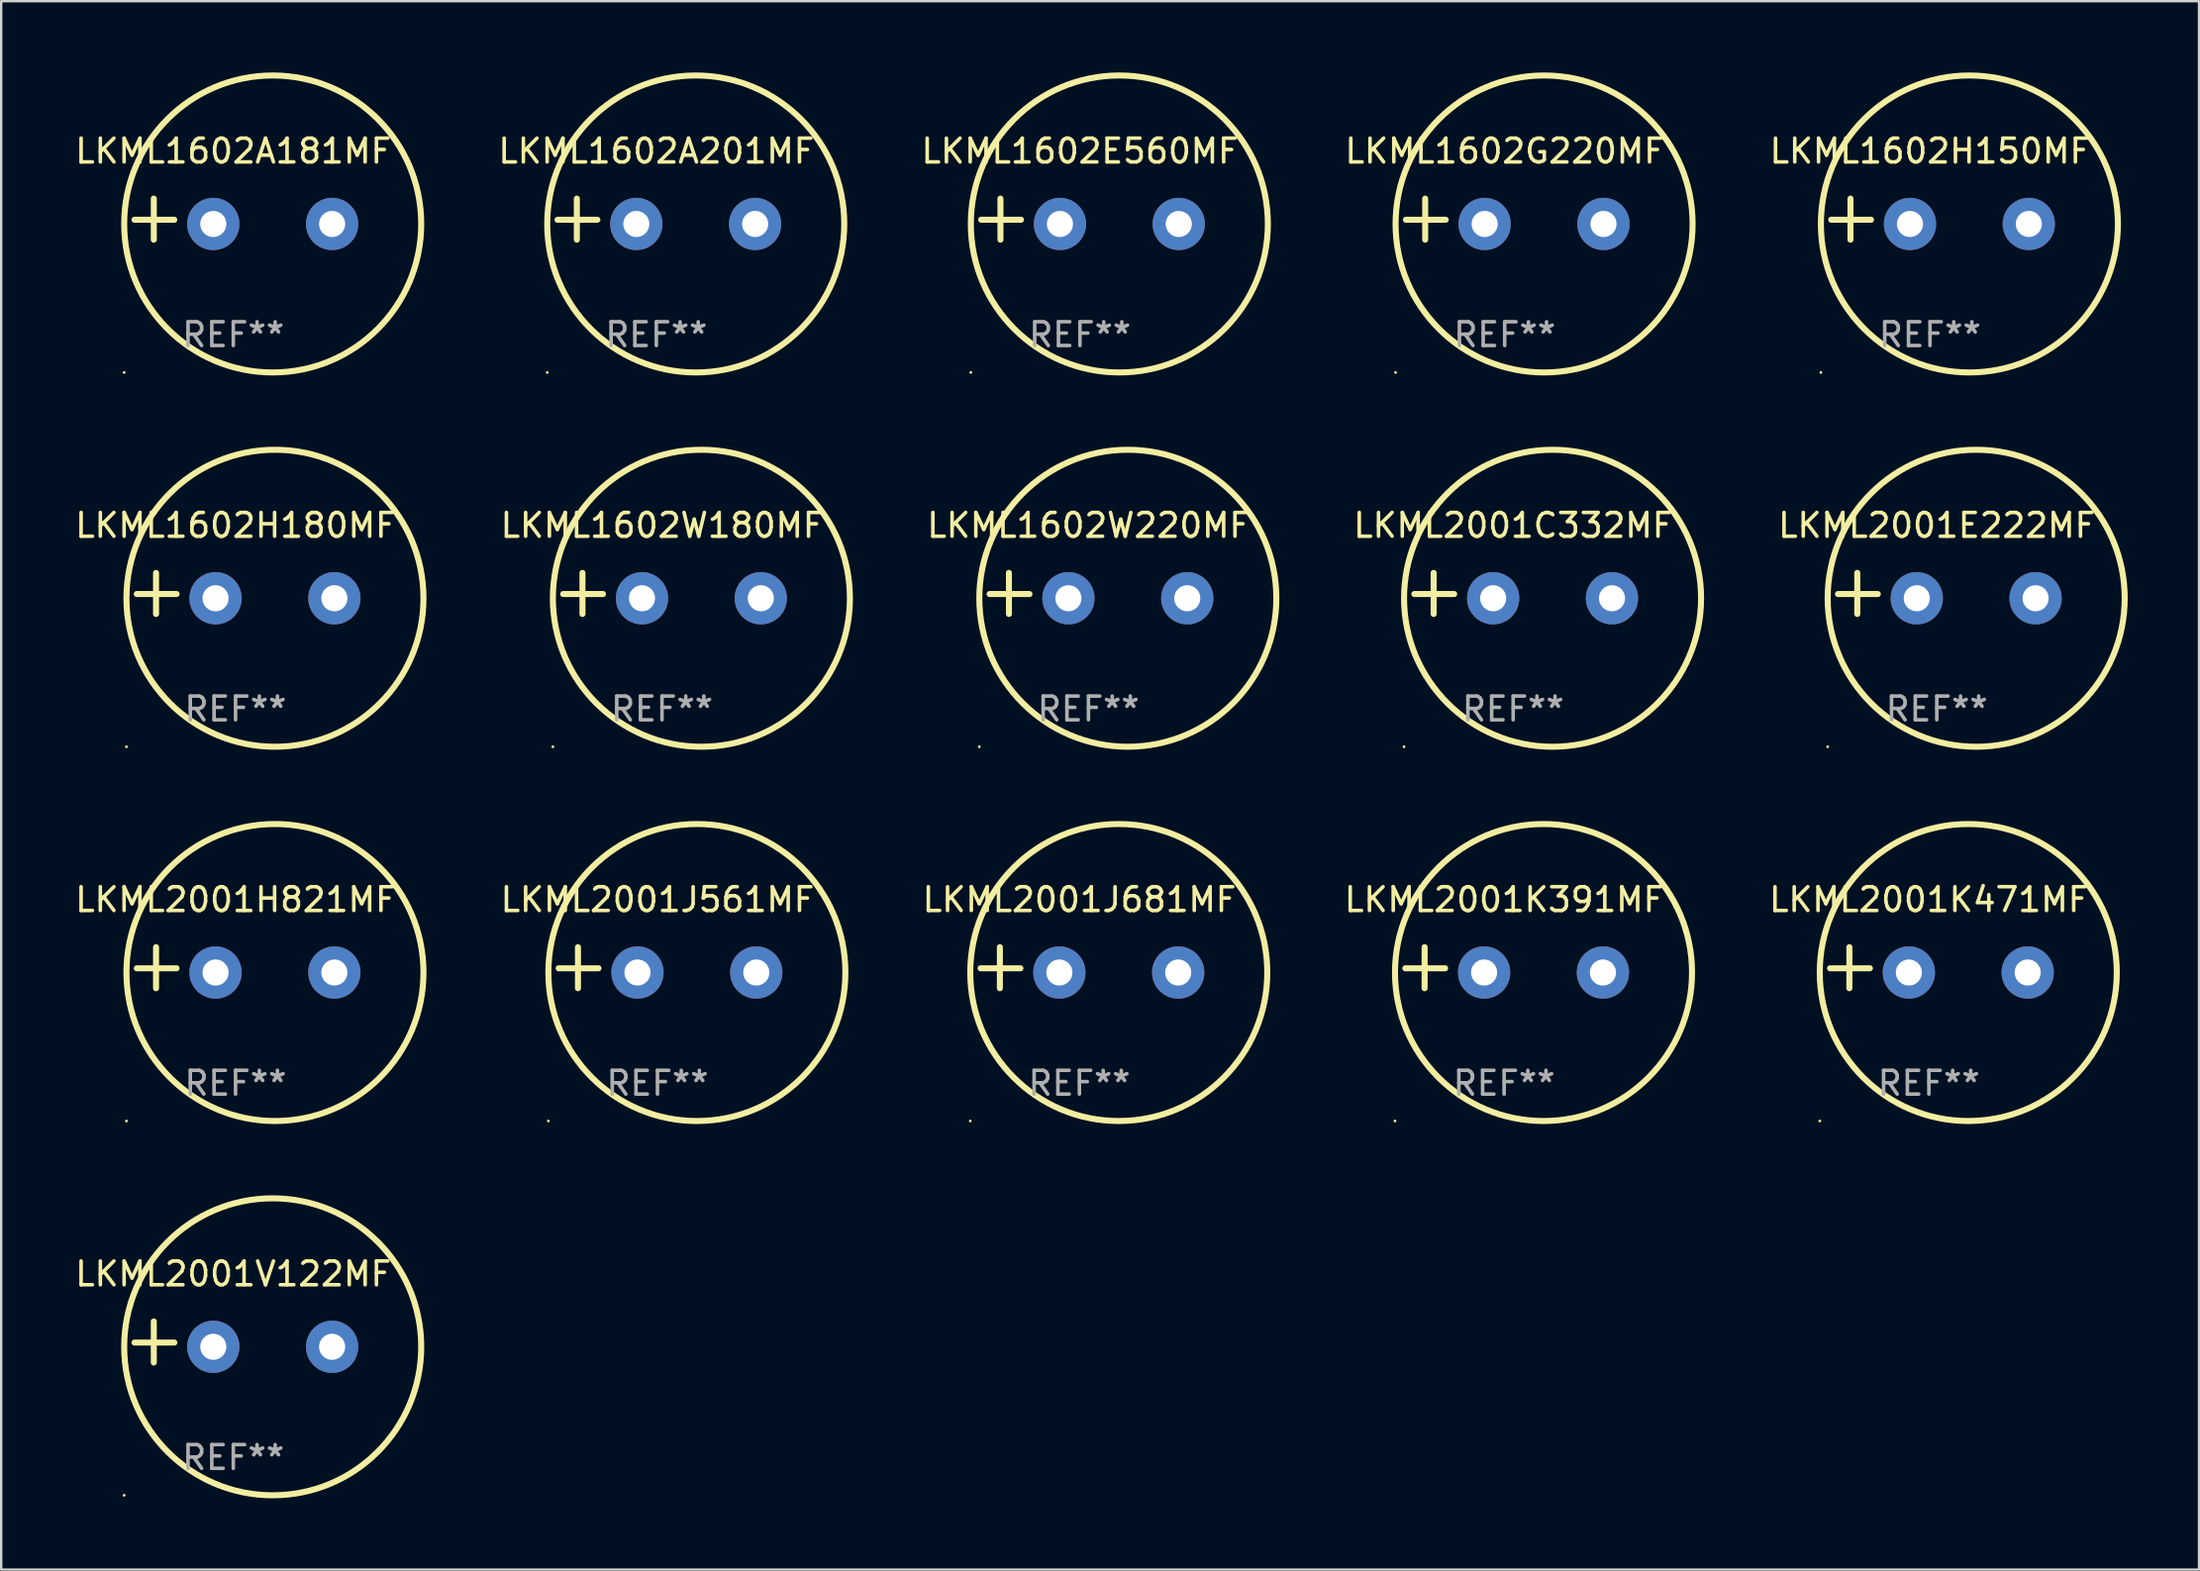
<source format=kicad_pcb>
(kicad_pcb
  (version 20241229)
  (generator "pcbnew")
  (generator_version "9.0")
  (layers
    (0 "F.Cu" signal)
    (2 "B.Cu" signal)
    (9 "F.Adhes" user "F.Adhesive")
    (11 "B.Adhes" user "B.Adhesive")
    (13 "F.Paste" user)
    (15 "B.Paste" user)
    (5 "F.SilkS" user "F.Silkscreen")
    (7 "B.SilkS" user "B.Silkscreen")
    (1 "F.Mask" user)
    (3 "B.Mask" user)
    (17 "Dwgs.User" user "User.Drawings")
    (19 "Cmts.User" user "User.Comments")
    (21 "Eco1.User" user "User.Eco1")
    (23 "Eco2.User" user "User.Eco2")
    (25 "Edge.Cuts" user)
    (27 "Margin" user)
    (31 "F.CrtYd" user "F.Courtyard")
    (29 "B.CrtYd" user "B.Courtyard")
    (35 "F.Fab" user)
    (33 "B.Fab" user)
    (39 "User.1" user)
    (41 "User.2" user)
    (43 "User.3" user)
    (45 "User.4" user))
  (footprint "LKML1602H150MF"
    (layer "F.Cu")
    (at 78.17 6.174)
    (property "Reference" "LKML1602H150MF" (at 0 -2.864 0) (layer "F.SilkS") (effects (font (size 1 1) (thickness 0.15))))
    (attr through_hole)
    (fp_line (start -3.346 0.864) (end -3.346 -0.864) (stroke (width 0.254) (type solid)) (layer "F.SilkS"))
    (fp_line (start -2.482 0.025) (end -4.158 0.025) (stroke (width 0.254) (type solid)) (layer "F.SilkS"))
    (fp_circle (center -4.592 6.453) (end -4.562 6.453) (stroke (width 0.06) (type solid)) (fill no) (layer "F.SilkS"))
    (fp_circle (center 1.658 0.203) (end 7.908 0.203) (stroke (width 0.254) (type solid)) (fill no) (layer "F.SilkS"))
    (fp_text user "REF**" (at 0 4.864 0) (layer "F.Fab") (effects (font (size 1 1) (thickness 0.15))))
    (pad "1" thru_hole circle (at -0.842 0.203) (size 2.2 2.2) (drill 1.1) (layers "*.Cu" "*.Mask"))
    (pad "2" thru_hole circle (at 4.158 0.203) (size 2.2 2.2) (drill 1.1) (layers "*.Cu" "*.Mask")))
  (footprint "LKML1602E560MF"
    (layer "F.Cu")
    (at 42.398 6.174)
    (property "Reference" "LKML1602E560MF" (at 0 -2.864 0) (layer "F.SilkS") (effects (font (size 1 1) (thickness 0.15))))
    (attr through_hole)
    (fp_line (start -3.346 0.864) (end -3.346 -0.864) (stroke (width 0.254) (type solid)) (layer "F.SilkS"))
    (fp_line (start -2.482 0.025) (end -4.158 0.025) (stroke (width 0.254) (type solid)) (layer "F.SilkS"))
    (fp_circle (center -4.592 6.453) (end -4.562 6.453) (stroke (width 0.06) (type solid)) (fill no) (layer "F.SilkS"))
    (fp_circle (center 1.658 0.203) (end 7.908 0.203) (stroke (width 0.254) (type solid)) (fill no) (layer "F.SilkS"))
    (fp_text user "REF**" (at 0 4.864 0) (layer "F.Fab") (effects (font (size 1 1) (thickness 0.15))))
    (pad "1" thru_hole circle (at -0.842 0.203) (size 2.2 2.2) (drill 1.1) (layers "*.Cu" "*.Mask"))
    (pad "2" thru_hole circle (at 4.158 0.203) (size 2.2 2.2) (drill 1.1) (layers "*.Cu" "*.Mask")))
  (footprint "LKML1602W180MF"
    (layer "F.Cu")
    (at 24.809 21.928)
    (property "Reference" "LKML1602W180MF" (at 0 -2.864 0) (layer "F.SilkS") (effects (font (size 1 1) (thickness 0.15))))
    (attr through_hole)
    (fp_line (start -3.346 0.864) (end -3.346 -0.864) (stroke (width 0.254) (type solid)) (layer "F.SilkS"))
    (fp_line (start -2.482 0.025) (end -4.158 0.025) (stroke (width 0.254) (type solid)) (layer "F.SilkS"))
    (fp_circle (center -4.592 6.453) (end -4.562 6.453) (stroke (width 0.06) (type solid)) (fill no) (layer "F.SilkS"))
    (fp_circle (center 1.658 0.203) (end 7.908 0.203) (stroke (width 0.254) (type solid)) (fill no) (layer "F.SilkS"))
    (fp_text user "REF**" (at 0 4.864 0) (layer "F.Fab") (effects (font (size 1 1) (thickness 0.15))))
    (pad "1" thru_hole circle (at -0.842 0.203) (size 2.2 2.2) (drill 1.1) (layers "*.Cu" "*.Mask"))
    (pad "2" thru_hole circle (at 4.158 0.203) (size 2.2 2.2) (drill 1.1) (layers "*.Cu" "*.Mask")))
  (footprint "LKML2001C332MF"
    (layer "F.Cu")
    (at 60.629 21.928)
    (property "Reference" "LKML2001C332MF" (at 0 -2.864 0) (layer "F.SilkS") (effects (font (size 1 1) (thickness 0.15))))
    (attr through_hole)
    (fp_line (start -3.346 0.864) (end -3.346 -0.864) (stroke (width 0.254) (type solid)) (layer "F.SilkS"))
    (fp_line (start -2.482 0.025) (end -4.158 0.025) (stroke (width 0.254) (type solid)) (layer "F.SilkS"))
    (fp_circle (center -4.592 6.453) (end -4.562 6.453) (stroke (width 0.06) (type solid)) (fill no) (layer "F.SilkS"))
    (fp_circle (center 1.658 0.203) (end 7.908 0.203) (stroke (width 0.254) (type solid)) (fill no) (layer "F.SilkS"))
    (fp_text user "REF**" (at 0 4.864 0) (layer "F.Fab") (effects (font (size 1 1) (thickness 0.15))))
    (pad "1" thru_hole circle (at -0.842 0.203) (size 2.2 2.2) (drill 1.1) (layers "*.Cu" "*.Mask"))
    (pad "2" thru_hole circle (at 4.158 0.203) (size 2.2 2.2) (drill 1.1) (layers "*.Cu" "*.Mask")))
  (footprint "LKML1602H180MF"
    (layer "F.Cu")
    (at 6.863 21.928)
    (property "Reference" "LKML1602H180MF" (at 0 -2.864 0) (layer "F.SilkS") (effects (font (size 1 1) (thickness 0.15))))
    (attr through_hole)
    (fp_line (start -3.346 0.864) (end -3.346 -0.864) (stroke (width 0.254) (type solid)) (layer "F.SilkS"))
    (fp_line (start -2.482 0.025) (end -4.158 0.025) (stroke (width 0.254) (type solid)) (layer "F.SilkS"))
    (fp_circle (center -4.592 6.453) (end -4.562 6.453) (stroke (width 0.06) (type solid)) (fill no) (layer "F.SilkS"))
    (fp_circle (center 1.658 0.203) (end 7.908 0.203) (stroke (width 0.254) (type solid)) (fill no) (layer "F.SilkS"))
    (fp_text user "REF**" (at 0 4.864 0) (layer "F.Fab") (effects (font (size 1 1) (thickness 0.15))))
    (pad "1" thru_hole circle (at -0.842 0.203) (size 2.2 2.2) (drill 1.1) (layers "*.Cu" "*.Mask"))
    (pad "2" thru_hole circle (at 4.158 0.203) (size 2.2 2.2) (drill 1.1) (layers "*.Cu" "*.Mask")))
  (footprint "LKML2001K391MF"
    (layer "F.Cu")
    (at 60.248 37.681)
    (property "Reference" "LKML2001K391MF" (at 0 -2.864 0) (layer "F.SilkS") (effects (font (size 1 1) (thickness 0.15))))
    (attr through_hole)
    (fp_line (start -3.346 0.864) (end -3.346 -0.864) (stroke (width 0.254) (type solid)) (layer "F.SilkS"))
    (fp_line (start -2.482 0.025) (end -4.158 0.025) (stroke (width 0.254) (type solid)) (layer "F.SilkS"))
    (fp_circle (center -4.592 6.453) (end -4.562 6.453) (stroke (width 0.06) (type solid)) (fill no) (layer "F.SilkS"))
    (fp_circle (center 1.658 0.203) (end 7.908 0.203) (stroke (width 0.254) (type solid)) (fill no) (layer "F.SilkS"))
    (fp_text user "REF**" (at 0 4.864 0) (layer "F.Fab") (effects (font (size 1 1) (thickness 0.15))))
    (pad "1" thru_hole circle (at -0.842 0.203) (size 2.2 2.2) (drill 1.1) (layers "*.Cu" "*.Mask"))
    (pad "2" thru_hole circle (at 4.158 0.203) (size 2.2 2.2) (drill 1.1) (layers "*.Cu" "*.Mask")))
  (footprint "LKML2001V122MF"
    (layer "F.Cu")
    (at 6.768 53.435)
    (property "Reference" "LKML2001V122MF" (at 0 -2.864 0) (layer "F.SilkS") (effects (font (size 1 1) (thickness 0.15))))
    (attr through_hole)
    (fp_line (start -3.346 0.864) (end -3.346 -0.864) (stroke (width 0.254) (type solid)) (layer "F.SilkS"))
    (fp_line (start -2.482 0.025) (end -4.158 0.025) (stroke (width 0.254) (type solid)) (layer "F.SilkS"))
    (fp_circle (center -4.592 6.453) (end -4.562 6.453) (stroke (width 0.06) (type solid)) (fill no) (layer "F.SilkS"))
    (fp_circle (center 1.658 0.203) (end 7.908 0.203) (stroke (width 0.254) (type solid)) (fill no) (layer "F.SilkS"))
    (fp_text user "REF**" (at 0 4.864 0) (layer "F.Fab") (effects (font (size 1 1) (thickness 0.15))))
    (pad "1" thru_hole circle (at -0.842 0.203) (size 2.2 2.2) (drill 1.1) (layers "*.Cu" "*.Mask"))
    (pad "2" thru_hole circle (at 4.158 0.203) (size 2.2 2.2) (drill 1.1) (layers "*.Cu" "*.Mask")))
  (footprint "LKML2001E222MF"
    (layer "F.Cu")
    (at 78.456 21.928)
    (property "Reference" "LKML2001E222MF" (at 0 -2.864 0) (layer "F.SilkS") (effects (font (size 1 1) (thickness 0.15))))
    (attr through_hole)
    (fp_line (start -3.346 0.864) (end -3.346 -0.864) (stroke (width 0.254) (type solid)) (layer "F.SilkS"))
    (fp_line (start -2.482 0.025) (end -4.158 0.025) (stroke (width 0.254) (type solid)) (layer "F.SilkS"))
    (fp_circle (center -4.592 6.453) (end -4.562 6.453) (stroke (width 0.06) (type solid)) (fill no) (layer "F.SilkS"))
    (fp_circle (center 1.658 0.203) (end 7.908 0.203) (stroke (width 0.254) (type solid)) (fill no) (layer "F.SilkS"))
    (fp_text user "REF**" (at 0 4.864 0) (layer "F.Fab") (effects (font (size 1 1) (thickness 0.15))))
    (pad "1" thru_hole circle (at -0.842 0.203) (size 2.2 2.2) (drill 1.1) (layers "*.Cu" "*.Mask"))
    (pad "2" thru_hole circle (at 4.158 0.203) (size 2.2 2.2) (drill 1.1) (layers "*.Cu" "*.Mask")))
  (footprint "LKML1602W220MF"
    (layer "F.Cu")
    (at 42.755 21.928)
    (property "Reference" "LKML1602W220MF" (at 0 -2.864 0) (layer "F.SilkS") (effects (font (size 1 1) (thickness 0.15))))
    (attr through_hole)
    (fp_line (start -3.346 0.864) (end -3.346 -0.864) (stroke (width 0.254) (type solid)) (layer "F.SilkS"))
    (fp_line (start -2.482 0.025) (end -4.158 0.025) (stroke (width 0.254) (type solid)) (layer "F.SilkS"))
    (fp_circle (center -4.592 6.453) (end -4.562 6.453) (stroke (width 0.06) (type solid)) (fill no) (layer "F.SilkS"))
    (fp_circle (center 1.658 0.203) (end 7.908 0.203) (stroke (width 0.254) (type solid)) (fill no) (layer "F.SilkS"))
    (fp_text user "REF**" (at 0 4.864 0) (layer "F.Fab") (effects (font (size 1 1) (thickness 0.15))))
    (pad "1" thru_hole circle (at -0.842 0.203) (size 2.2 2.2) (drill 1.1) (layers "*.Cu" "*.Mask"))
    (pad "2" thru_hole circle (at 4.158 0.203) (size 2.2 2.2) (drill 1.1) (layers "*.Cu" "*.Mask")))
  (footprint "LKML2001J561MF"
    (layer "F.Cu")
    (at 24.619 37.681)
    (property "Reference" "LKML2001J561MF" (at 0 -2.864 0) (layer "F.SilkS") (effects (font (size 1 1) (thickness 0.15))))
    (attr through_hole)
    (fp_line (start -3.346 0.864) (end -3.346 -0.864) (stroke (width 0.254) (type solid)) (layer "F.SilkS"))
    (fp_line (start -2.482 0.025) (end -4.158 0.025) (stroke (width 0.254) (type solid)) (layer "F.SilkS"))
    (fp_circle (center -4.592 6.453) (end -4.562 6.453) (stroke (width 0.06) (type solid)) (fill no) (layer "F.SilkS"))
    (fp_circle (center 1.658 0.203) (end 7.908 0.203) (stroke (width 0.254) (type solid)) (fill no) (layer "F.SilkS"))
    (fp_text user "REF**" (at 0 4.864 0) (layer "F.Fab") (effects (font (size 1 1) (thickness 0.15))))
    (pad "1" thru_hole circle (at -0.842 0.203) (size 2.2 2.2) (drill 1.1) (layers "*.Cu" "*.Mask"))
    (pad "2" thru_hole circle (at 4.158 0.203) (size 2.2 2.2) (drill 1.1) (layers "*.Cu" "*.Mask")))
  (footprint "LKML1602A181MF"
    (layer "F.Cu")
    (at 6.768 6.174)
    (property "Reference" "LKML1602A181MF" (at 0 -2.864 0) (layer "F.SilkS") (effects (font (size 1 1) (thickness 0.15))))
    (attr through_hole)
    (fp_line (start -3.346 0.864) (end -3.346 -0.864) (stroke (width 0.254) (type solid)) (layer "F.SilkS"))
    (fp_line (start -2.482 0.025) (end -4.158 0.025) (stroke (width 0.254) (type solid)) (layer "F.SilkS"))
    (fp_circle (center -4.592 6.453) (end -4.562 6.453) (stroke (width 0.06) (type solid)) (fill no) (layer "F.SilkS"))
    (fp_circle (center 1.658 0.203) (end 7.908 0.203) (stroke (width 0.254) (type solid)) (fill no) (layer "F.SilkS"))
    (fp_text user "REF**" (at 0 4.864 0) (layer "F.Fab") (effects (font (size 1 1) (thickness 0.15))))
    (pad "1" thru_hole circle (at -0.842 0.203) (size 2.2 2.2) (drill 1.1) (layers "*.Cu" "*.Mask"))
    (pad "2" thru_hole circle (at 4.158 0.203) (size 2.2 2.2) (drill 1.1) (layers "*.Cu" "*.Mask")))
  (footprint "LKML1602A201MF"
    (layer "F.Cu")
    (at 24.571 6.174)
    (property "Reference" "LKML1602A201MF" (at 0 -2.864 0) (layer "F.SilkS") (effects (font (size 1 1) (thickness 0.15))))
    (attr through_hole)
    (fp_line (start -3.346 0.864) (end -3.346 -0.864) (stroke (width 0.254) (type solid)) (layer "F.SilkS"))
    (fp_line (start -2.482 0.025) (end -4.158 0.025) (stroke (width 0.254) (type solid)) (layer "F.SilkS"))
    (fp_circle (center -4.592 6.453) (end -4.562 6.453) (stroke (width 0.06) (type solid)) (fill no) (layer "F.SilkS"))
    (fp_circle (center 1.658 0.203) (end 7.908 0.203) (stroke (width 0.254) (type solid)) (fill no) (layer "F.SilkS"))
    (fp_text user "REF**" (at 0 4.864 0) (layer "F.Fab") (effects (font (size 1 1) (thickness 0.15))))
    (pad "1" thru_hole circle (at -0.842 0.203) (size 2.2 2.2) (drill 1.1) (layers "*.Cu" "*.Mask"))
    (pad "2" thru_hole circle (at 4.158 0.203) (size 2.2 2.2) (drill 1.1) (layers "*.Cu" "*.Mask")))
  (footprint "LKML2001J681MF"
    (layer "F.Cu")
    (at 42.374 37.681)
    (property "Reference" "LKML2001J681MF" (at 0 -2.864 0) (layer "F.SilkS") (effects (font (size 1 1) (thickness 0.15))))
    (attr through_hole)
    (fp_line (start -3.346 0.864) (end -3.346 -0.864) (stroke (width 0.254) (type solid)) (layer "F.SilkS"))
    (fp_line (start -2.482 0.025) (end -4.158 0.025) (stroke (width 0.254) (type solid)) (layer "F.SilkS"))
    (fp_circle (center -4.592 6.453) (end -4.562 6.453) (stroke (width 0.06) (type solid)) (fill no) (layer "F.SilkS"))
    (fp_circle (center 1.658 0.203) (end 7.908 0.203) (stroke (width 0.254) (type solid)) (fill no) (layer "F.SilkS"))
    (fp_text user "REF**" (at 0 4.864 0) (layer "F.Fab") (effects (font (size 1 1) (thickness 0.15))))
    (pad "1" thru_hole circle (at -0.842 0.203) (size 2.2 2.2) (drill 1.1) (layers "*.Cu" "*.Mask"))
    (pad "2" thru_hole circle (at 4.158 0.203) (size 2.2 2.2) (drill 1.1) (layers "*.Cu" "*.Mask")))
  (footprint "LKML2001H821MF"
    (layer "F.Cu")
    (at 6.863 37.681)
    (property "Reference" "LKML2001H821MF" (at 0 -2.864 0) (layer "F.SilkS") (effects (font (size 1 1) (thickness 0.15))))
    (attr through_hole)
    (fp_line (start -3.346 0.864) (end -3.346 -0.864) (stroke (width 0.254) (type solid)) (layer "F.SilkS"))
    (fp_line (start -2.482 0.025) (end -4.158 0.025) (stroke (width 0.254) (type solid)) (layer "F.SilkS"))
    (fp_circle (center -4.592 6.453) (end -4.562 6.453) (stroke (width 0.06) (type solid)) (fill no) (layer "F.SilkS"))
    (fp_circle (center 1.658 0.203) (end 7.908 0.203) (stroke (width 0.254) (type solid)) (fill no) (layer "F.SilkS"))
    (fp_text user "REF**" (at 0 4.864 0) (layer "F.Fab") (effects (font (size 1 1) (thickness 0.15))))
    (pad "1" thru_hole circle (at -0.842 0.203) (size 2.2 2.2) (drill 1.1) (layers "*.Cu" "*.Mask"))
    (pad "2" thru_hole circle (at 4.158 0.203) (size 2.2 2.2) (drill 1.1) (layers "*.Cu" "*.Mask")))
  (footprint "LKML1602G220MF"
    (layer "F.Cu")
    (at 60.272 6.174)
    (property "Reference" "LKML1602G220MF" (at 0 -2.864 0) (layer "F.SilkS") (effects (font (size 1 1) (thickness 0.15))))
    (attr through_hole)
    (fp_line (start -3.346 0.864) (end -3.346 -0.864) (stroke (width 0.254) (type solid)) (layer "F.SilkS"))
    (fp_line (start -2.482 0.025) (end -4.158 0.025) (stroke (width 0.254) (type solid)) (layer "F.SilkS"))
    (fp_circle (center -4.592 6.453) (end -4.562 6.453) (stroke (width 0.06) (type solid)) (fill no) (layer "F.SilkS"))
    (fp_circle (center 1.658 0.203) (end 7.908 0.203) (stroke (width 0.254) (type solid)) (fill no) (layer "F.SilkS"))
    (fp_text user "REF**" (at 0 4.864 0) (layer "F.Fab") (effects (font (size 1 1) (thickness 0.15))))
    (pad "1" thru_hole circle (at -0.842 0.203) (size 2.2 2.2) (drill 1.1) (layers "*.Cu" "*.Mask"))
    (pad "2" thru_hole circle (at 4.158 0.203) (size 2.2 2.2) (drill 1.1) (layers "*.Cu" "*.Mask")))
  (footprint "LKML2001K471MF"
    (layer "F.Cu")
    (at 78.123 37.681)
    (property "Reference" "LKML2001K471MF" (at 0 -2.864 0) (layer "F.SilkS") (effects (font (size 1 1) (thickness 0.15))))
    (attr through_hole)
    (fp_line (start -3.346 0.864) (end -3.346 -0.864) (stroke (width 0.254) (type solid)) (layer "F.SilkS"))
    (fp_line (start -2.482 0.025) (end -4.158 0.025) (stroke (width 0.254) (type solid)) (layer "F.SilkS"))
    (fp_circle (center -4.592 6.453) (end -4.562 6.453) (stroke (width 0.06) (type solid)) (fill no) (layer "F.SilkS"))
    (fp_circle (center 1.658 0.203) (end 7.908 0.203) (stroke (width 0.254) (type solid)) (fill no) (layer "F.SilkS"))
    (fp_text user "REF**" (at 0 4.864 0) (layer "F.Fab") (effects (font (size 1 1) (thickness 0.15))))
    (pad "1" thru_hole circle (at -0.842 0.203) (size 2.2 2.2) (drill 1.1) (layers "*.Cu" "*.Mask"))
    (pad "2" thru_hole circle (at 4.158 0.203) (size 2.2 2.2) (drill 1.1) (layers "*.Cu" "*.Mask")))
  (gr_rect
    (start -3 -3)
    (end 89.491 63.015)
    (stroke (width 0.1) (type default))
    (fill no)
    (layer "Edge.Cuts")))
</source>
